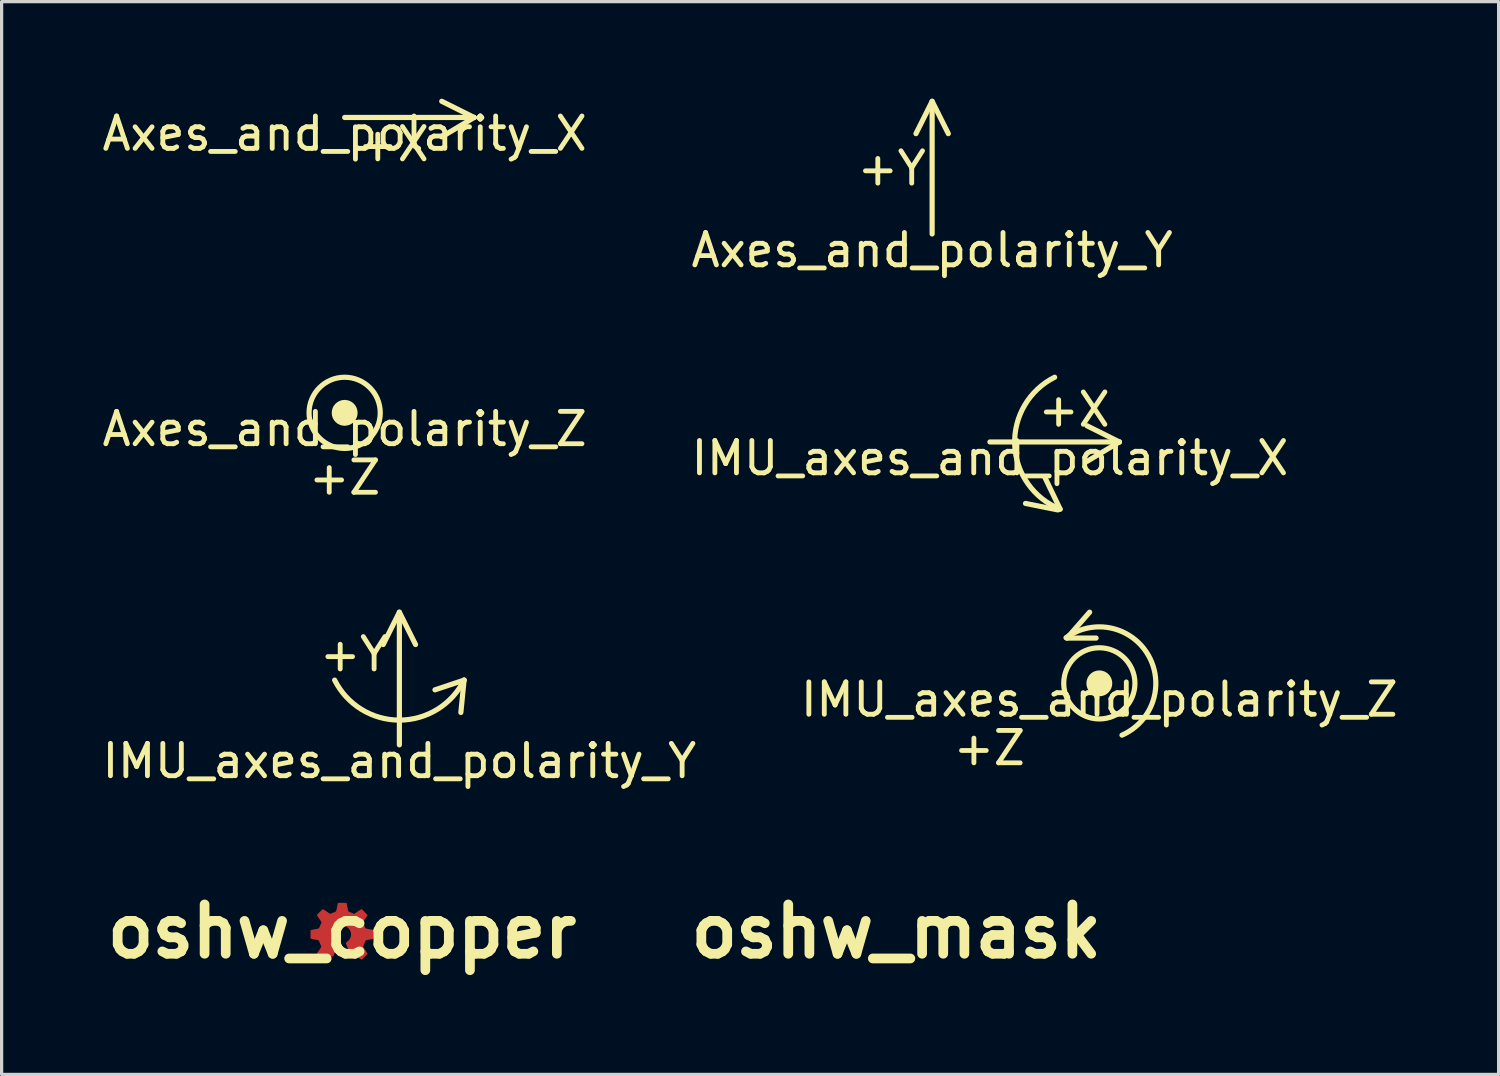
<source format=kicad_pcb>
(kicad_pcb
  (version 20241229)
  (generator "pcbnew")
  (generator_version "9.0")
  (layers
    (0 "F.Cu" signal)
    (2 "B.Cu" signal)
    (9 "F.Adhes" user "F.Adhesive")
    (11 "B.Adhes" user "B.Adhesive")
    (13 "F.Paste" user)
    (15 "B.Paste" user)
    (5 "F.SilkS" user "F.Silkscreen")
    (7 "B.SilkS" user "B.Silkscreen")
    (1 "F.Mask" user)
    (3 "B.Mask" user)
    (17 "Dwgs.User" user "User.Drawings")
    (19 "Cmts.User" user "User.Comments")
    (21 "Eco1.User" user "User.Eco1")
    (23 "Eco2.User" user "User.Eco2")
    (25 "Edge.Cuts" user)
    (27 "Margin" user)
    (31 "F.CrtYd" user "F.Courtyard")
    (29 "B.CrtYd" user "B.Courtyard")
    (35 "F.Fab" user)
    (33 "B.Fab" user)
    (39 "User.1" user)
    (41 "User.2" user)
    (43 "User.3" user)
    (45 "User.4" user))
  (footprint "Axes_and_polarity_Z"
    (layer "F.Cu")
    (at 7.601 9.708)
    (property "Reference" "Axes_and_polarity_Z" (at 0 0.5 0) (layer "F.SilkS") (effects (font (size 1 1) (thickness 0.15))))
    (attr through_hole)
    (fp_circle (center 0 0) (end 0.2 0) (stroke (width 0.4) (type solid)) (fill no) (layer "F.SilkS"))
    (fp_circle (center 0 0) (end 1.1 0) (stroke (width 0.16) (type solid)) (fill no) (layer "F.SilkS"))
    (fp_text user "+Z" (at 0 2 0) (layer "F.SilkS") (effects (font (size 1 1) (thickness 0.15)))))
  (footprint "oshw_copper"
    (layer "F.Cu")
    (at 7.518 25.735)
    (property "Reference" "oshw_copper" (at 0 0 0) (layer "F.SilkS") (effects (font (size 1.524 1.524) (thickness 0.3))))
    (attr exclude_from_pos_files exclude_from_bom)
    (fp_poly (pts (xy 0.041 -0.885) (xy 0.077 -0.884) (xy 0.107 -0.883) (xy 0.129 -0.882) (xy 0.14 -0.88) (xy 0.141 -0.88) (xy 0.143 -0.871) (xy 0.148 -0.85) (xy 0.154 -0.82) (xy 0.161 -0.784) (xy 0.167 -0.751) (xy 0.177 -0.699) (xy 0.186 -0.659) (xy 0.194 -0.632) (xy 0.2 -0.62) (xy 0.201 -0.619) (xy 0.212 -0.613) (xy 0.233 -0.603) (xy 0.262 -0.591) (xy 0.295 -0.577) (xy 0.296 -0.577) (xy 0.38 -0.543) (xy 0.487 -0.616) (xy 0.522 -0.64) (xy 0.553 -0.66) (xy 0.579 -0.676) (xy 0.596 -0.686) (xy 0.604 -0.689) (xy 0.612 -0.685) (xy 0.628 -0.671) (xy 0.651 -0.65) (xy 0.678 -0.624) (xy 0.703 -0.6) (xy 0.735 -0.567) (xy 0.758 -0.543) (xy 0.774 -0.526) (xy 0.783 -0.514) (xy 0.786 -0.505) (xy 0.786 -0.498) (xy 0.784 -0.493) (xy 0.777 -0.482) (xy 0.763 -0.461) (xy 0.744 -0.433) (xy 0.722 -0.4) (xy 0.71 -0.383) (xy 0.688 -0.351) (xy 0.669 -0.322) (xy 0.655 -0.3) (xy 0.647 -0.287) (xy 0.646 -0.284) (xy 0.649 -0.274) (xy 0.656 -0.254) (xy 0.668 -0.228) (xy 0.681 -0.197) (xy 0.695 -0.166) (xy 0.708 -0.138) (xy 0.719 -0.115) (xy 0.726 -0.1) (xy 0.728 -0.097) (xy 0.738 -0.093) (xy 0.759 -0.088) (xy 0.79 -0.081) (xy 0.826 -0.073) (xy 0.849 -0.069) (xy 0.889 -0.062) (xy 0.924 -0.055) (xy 0.952 -0.049) (xy 0.97 -0.044) (xy 0.974 -0.042) (xy 0.979 -0.039) (xy 0.982 -0.032) (xy 0.985 -0.019) (xy 0.986 0.000452) (xy 0.987 0.03) (xy 0.987 0.071) (xy 0.987 0.091) (xy 0.987 0.137) (xy 0.986 0.171) (xy 0.985 0.194) (xy 0.983 0.209) (xy 0.98 0.218) (xy 0.976 0.223) (xy 0.974 0.224) (xy 0.963 0.227) (xy 0.94 0.233) (xy 0.909 0.239) (xy 0.871 0.247) (xy 0.853 0.25) (xy 0.814 0.257) (xy 0.78 0.265) (xy 0.754 0.271) (xy 0.738 0.276) (xy 0.735 0.278) (xy 0.729 0.287) (xy 0.72 0.307) (xy 0.708 0.334) (xy 0.695 0.365) (xy 0.681 0.397) (xy 0.669 0.428) (xy 0.66 0.453) (xy 0.654 0.469) (xy 0.653 0.474) (xy 0.657 0.482) (xy 0.668 0.499) (xy 0.684 0.525) (xy 0.704 0.555) (xy 0.714 0.57) (xy 0.737 0.603) (xy 0.757 0.633) (xy 0.772 0.657) (xy 0.782 0.672) (xy 0.784 0.676) (xy 0.786 0.682) (xy 0.785 0.69) (xy 0.78 0.699) (xy 0.768 0.714) (xy 0.75 0.734) (xy 0.723 0.761) (xy 0.703 0.781) (xy 0.673 0.81) (xy 0.647 0.836) (xy 0.625 0.855) (xy 0.61 0.867) (xy 0.604 0.871) (xy 0.595 0.867) (xy 0.576 0.856) (xy 0.55 0.84) (xy 0.518 0.819) (xy 0.496 0.804) (xy 0.399 0.738) (xy 0.348 0.762) (xy 0.32 0.774) (xy 0.301 0.78) (xy 0.291 0.78) (xy 0.287 0.772) (xy 0.278 0.752) (xy 0.266 0.723) (xy 0.25 0.687) (xy 0.233 0.645) (xy 0.214 0.6) (xy 0.195 0.553) (xy 0.176 0.507) (xy 0.158 0.464) (xy 0.143 0.426) (xy 0.13 0.394) (xy 0.121 0.37) (xy 0.116 0.358) (xy 0.116 0.356) (xy 0.122 0.349) (xy 0.136 0.337) (xy 0.157 0.32) (xy 0.161 0.317) (xy 0.21 0.273) (xy 0.246 0.223) (xy 0.27 0.169) (xy 0.281 0.111) (xy 0.278 0.052) (xy 0.273 0.03) (xy 0.25 -0.031) (xy 0.216 -0.083) (xy 0.171 -0.126) (xy 0.117 -0.158) (xy 0.095 -0.168) (xy 0.074 -0.174) (xy 0.051 -0.177) (xy 0.019 -0.178) (xy 0.007 -0.178) (xy -0.028 -0.177) (xy -0.054 -0.175) (xy -0.075 -0.17) (xy -0.096 -0.162) (xy -0.103 -0.158) (xy -0.158 -0.125) (xy -0.203 -0.082) (xy -0.237 -0.029) (xy -0.258 0.03) (xy -0.267 0.09) (xy -0.261 0.148) (xy -0.242 0.204) (xy -0.21 0.256) (xy -0.166 0.302) (xy -0.147 0.317) (xy -0.125 0.333) (xy -0.109 0.347) (xy -0.102 0.356) (xy -0.102 0.356) (xy -0.104 0.365) (xy -0.112 0.385) (xy -0.123 0.414) (xy -0.138 0.45) (xy -0.155 0.492) (xy -0.174 0.538) (xy -0.193 0.584) (xy -0.212 0.63) (xy -0.23 0.673) (xy -0.246 0.711) (xy -0.26 0.743) (xy -0.27 0.766) (xy -0.276 0.778) (xy -0.277 0.78) (xy -0.286 0.78) (xy -0.306 0.774) (xy -0.334 0.762) (xy -0.384 0.738) (xy -0.482 0.804) (xy -0.515 0.827) (xy -0.545 0.846) (xy -0.569 0.861) (xy -0.584 0.869) (xy -0.589 0.871) (xy -0.597 0.866) (xy -0.614 0.852) (xy -0.636 0.832) (xy -0.664 0.806) (xy -0.688 0.781) (xy -0.721 0.748) (xy -0.744 0.724) (xy -0.759 0.707) (xy -0.768 0.695) (xy -0.772 0.686) (xy -0.771 0.679) (xy -0.77 0.676) (xy -0.763 0.664) (xy -0.749 0.644) (xy -0.731 0.616) (xy -0.709 0.584) (xy -0.7 0.57) (xy -0.679 0.538) (xy -0.66 0.511) (xy -0.647 0.489) (xy -0.64 0.476) (xy -0.639 0.474) (xy -0.641 0.463) (xy -0.649 0.443) (xy -0.66 0.415) (xy -0.672 0.384) (xy -0.686 0.352) (xy -0.699 0.322) (xy -0.71 0.298) (xy -0.718 0.282) (xy -0.72 0.278) (xy -0.73 0.274) (xy -0.752 0.268) (xy -0.782 0.261) (xy -0.819 0.254) (xy -0.838 0.25) (xy -0.877 0.243) (xy -0.912 0.236) (xy -0.939 0.23) (xy -0.956 0.225) (xy -0.96 0.224) (xy -0.964 0.22) (xy -0.968 0.213) (xy -0.97 0.201) (xy -0.971 0.181) (xy -0.972 0.152) (xy -0.972 0.111) (xy -0.972 0.091) (xy -0.972 0.045) (xy -0.972 0.011) (xy -0.971 -0.012) (xy -0.969 -0.027) (xy -0.966 -0.036) (xy -0.962 -0.041) (xy -0.96 -0.042) (xy -0.948 -0.046) (xy -0.926 -0.051) (xy -0.894 -0.058) (xy -0.857 -0.065) (xy -0.835 -0.069) (xy -0.795 -0.077) (xy -0.761 -0.084) (xy -0.734 -0.09) (xy -0.718 -0.095) (xy -0.714 -0.097) (xy -0.708 -0.106) (xy -0.699 -0.125) (xy -0.687 -0.152) (xy -0.673 -0.182) (xy -0.659 -0.213) (xy -0.647 -0.242) (xy -0.637 -0.266) (xy -0.632 -0.281) (xy -0.631 -0.284) (xy -0.635 -0.291) (xy -0.646 -0.309) (xy -0.662 -0.334) (xy -0.683 -0.364) (xy -0.696 -0.383) (xy -0.719 -0.417) (xy -0.739 -0.447) (xy -0.756 -0.472) (xy -0.766 -0.489) (xy -0.769 -0.493) (xy -0.772 -0.5) (xy -0.771 -0.507) (xy -0.767 -0.516) (xy -0.756 -0.529) (xy -0.739 -0.548) (xy -0.714 -0.574) (xy -0.688 -0.6) (xy -0.659 -0.629) (xy -0.632 -0.654) (xy -0.61 -0.674) (xy -0.595 -0.686) (xy -0.589 -0.689) (xy -0.58 -0.686) (xy -0.562 -0.675) (xy -0.535 -0.658) (xy -0.503 -0.637) (xy -0.472 -0.616) (xy -0.365 -0.543) (xy -0.281 -0.577) (xy -0.248 -0.591) (xy -0.219 -0.603) (xy -0.198 -0.613) (xy -0.187 -0.619) (xy -0.186 -0.619) (xy -0.18 -0.63) (xy -0.173 -0.655) (xy -0.164 -0.694) (xy -0.154 -0.745) (xy -0.152 -0.751) (xy -0.145 -0.791) (xy -0.138 -0.827) (xy -0.132 -0.855) (xy -0.128 -0.874) (xy -0.126 -0.88) (xy -0.118 -0.882) (xy -0.098 -0.883) (xy -0.069 -0.884) (xy -0.035 -0.885) (xy 0.003 -0.885) (xy 0.041 -0.885)) (stroke (width 0) (type solid)) (fill yes) (layer "F.Cu")))
  (footprint "oshw_mask"
    (layer "F.Cu")
    (at 24.648 25.735)
    (property "Reference" "oshw_mask" (at 0 0 0) (layer "F.SilkS") (effects (font (size 1.524 1.524) (thickness 0.3))))
    (attr through_hole)
    (fp_poly (pts (xy 0.041 -0.885) (xy 0.077 -0.884) (xy 0.107 -0.883) (xy 0.129 -0.882) (xy 0.14 -0.88) (xy 0.141 -0.88) (xy 0.143 -0.871) (xy 0.148 -0.85) (xy 0.154 -0.82) (xy 0.161 -0.784) (xy 0.167 -0.751) (xy 0.177 -0.699) (xy 0.186 -0.659) (xy 0.194 -0.632) (xy 0.2 -0.62) (xy 0.201 -0.619) (xy 0.212 -0.613) (xy 0.233 -0.603) (xy 0.262 -0.591) (xy 0.295 -0.577) (xy 0.296 -0.577) (xy 0.38 -0.543) (xy 0.487 -0.616) (xy 0.522 -0.64) (xy 0.553 -0.66) (xy 0.579 -0.676) (xy 0.596 -0.686) (xy 0.604 -0.689) (xy 0.612 -0.685) (xy 0.628 -0.671) (xy 0.651 -0.65) (xy 0.678 -0.624) (xy 0.703 -0.6) (xy 0.735 -0.567) (xy 0.758 -0.543) (xy 0.774 -0.526) (xy 0.783 -0.514) (xy 0.786 -0.505) (xy 0.786 -0.498) (xy 0.784 -0.493) (xy 0.777 -0.482) (xy 0.763 -0.461) (xy 0.744 -0.433) (xy 0.722 -0.4) (xy 0.71 -0.383) (xy 0.688 -0.351) (xy 0.669 -0.322) (xy 0.655 -0.3) (xy 0.647 -0.287) (xy 0.646 -0.284) (xy 0.649 -0.274) (xy 0.656 -0.254) (xy 0.668 -0.228) (xy 0.681 -0.197) (xy 0.695 -0.166) (xy 0.708 -0.138) (xy 0.719 -0.115) (xy 0.726 -0.1) (xy 0.728 -0.097) (xy 0.738 -0.093) (xy 0.759 -0.088) (xy 0.79 -0.081) (xy 0.826 -0.073) (xy 0.849 -0.069) (xy 0.889 -0.062) (xy 0.924 -0.055) (xy 0.952 -0.049) (xy 0.97 -0.044) (xy 0.974 -0.042) (xy 0.979 -0.039) (xy 0.982 -0.032) (xy 0.985 -0.019) (xy 0.986 0.000452) (xy 0.987 0.03) (xy 0.987 0.071) (xy 0.987 0.091) (xy 0.987 0.137) (xy 0.986 0.171) (xy 0.985 0.194) (xy 0.983 0.209) (xy 0.98 0.218) (xy 0.976 0.223) (xy 0.974 0.224) (xy 0.963 0.227) (xy 0.94 0.233) (xy 0.909 0.239) (xy 0.871 0.247) (xy 0.853 0.25) (xy 0.814 0.257) (xy 0.78 0.265) (xy 0.754 0.271) (xy 0.738 0.276) (xy 0.735 0.278) (xy 0.729 0.287) (xy 0.72 0.307) (xy 0.708 0.334) (xy 0.695 0.365) (xy 0.681 0.397) (xy 0.669 0.428) (xy 0.66 0.453) (xy 0.654 0.469) (xy 0.653 0.474) (xy 0.657 0.482) (xy 0.668 0.499) (xy 0.684 0.525) (xy 0.704 0.555) (xy 0.714 0.57) (xy 0.737 0.603) (xy 0.757 0.633) (xy 0.772 0.657) (xy 0.782 0.672) (xy 0.784 0.676) (xy 0.786 0.682) (xy 0.785 0.69) (xy 0.78 0.699) (xy 0.768 0.714) (xy 0.75 0.734) (xy 0.723 0.761) (xy 0.703 0.781) (xy 0.673 0.81) (xy 0.647 0.836) (xy 0.625 0.855) (xy 0.61 0.867) (xy 0.604 0.871) (xy 0.595 0.867) (xy 0.576 0.856) (xy 0.55 0.84) (xy 0.518 0.819) (xy 0.496 0.804) (xy 0.399 0.738) (xy 0.348 0.762) (xy 0.32 0.774) (xy 0.301 0.78) (xy 0.291 0.78) (xy 0.287 0.772) (xy 0.278 0.752) (xy 0.266 0.723) (xy 0.25 0.687) (xy 0.233 0.645) (xy 0.214 0.6) (xy 0.195 0.553) (xy 0.176 0.507) (xy 0.158 0.464) (xy 0.143 0.426) (xy 0.13 0.394) (xy 0.121 0.37) (xy 0.116 0.358) (xy 0.116 0.356) (xy 0.122 0.349) (xy 0.136 0.337) (xy 0.157 0.32) (xy 0.161 0.317) (xy 0.21 0.273) (xy 0.246 0.223) (xy 0.27 0.169) (xy 0.281 0.111) (xy 0.278 0.052) (xy 0.273 0.03) (xy 0.25 -0.031) (xy 0.216 -0.083) (xy 0.171 -0.126) (xy 0.117 -0.158) (xy 0.095 -0.168) (xy 0.074 -0.174) (xy 0.051 -0.177) (xy 0.019 -0.178) (xy 0.007 -0.178) (xy -0.028 -0.177) (xy -0.054 -0.175) (xy -0.075 -0.17) (xy -0.096 -0.162) (xy -0.103 -0.158) (xy -0.158 -0.125) (xy -0.203 -0.082) (xy -0.237 -0.029) (xy -0.258 0.03) (xy -0.267 0.09) (xy -0.261 0.148) (xy -0.242 0.204) (xy -0.21 0.256) (xy -0.166 0.302) (xy -0.147 0.317) (xy -0.125 0.333) (xy -0.109 0.347) (xy -0.102 0.356) (xy -0.102 0.356) (xy -0.104 0.365) (xy -0.112 0.385) (xy -0.123 0.414) (xy -0.138 0.45) (xy -0.155 0.492) (xy -0.174 0.538) (xy -0.193 0.584) (xy -0.212 0.63) (xy -0.23 0.673) (xy -0.246 0.711) (xy -0.26 0.743) (xy -0.27 0.766) (xy -0.276 0.778) (xy -0.277 0.78) (xy -0.286 0.78) (xy -0.306 0.774) (xy -0.334 0.762) (xy -0.384 0.738) (xy -0.482 0.804) (xy -0.515 0.827) (xy -0.545 0.846) (xy -0.569 0.861) (xy -0.584 0.869) (xy -0.589 0.871) (xy -0.597 0.866) (xy -0.614 0.852) (xy -0.636 0.832) (xy -0.664 0.806) (xy -0.688 0.781) (xy -0.721 0.748) (xy -0.744 0.724) (xy -0.759 0.707) (xy -0.768 0.695) (xy -0.772 0.686) (xy -0.771 0.679) (xy -0.77 0.676) (xy -0.763 0.664) (xy -0.749 0.644) (xy -0.731 0.616) (xy -0.709 0.584) (xy -0.7 0.57) (xy -0.679 0.538) (xy -0.66 0.511) (xy -0.647 0.489) (xy -0.64 0.476) (xy -0.639 0.474) (xy -0.641 0.463) (xy -0.649 0.443) (xy -0.66 0.415) (xy -0.672 0.384) (xy -0.686 0.352) (xy -0.699 0.322) (xy -0.71 0.298) (xy -0.718 0.282) (xy -0.72 0.278) (xy -0.73 0.274) (xy -0.752 0.268) (xy -0.782 0.261) (xy -0.819 0.254) (xy -0.838 0.25) (xy -0.877 0.243) (xy -0.912 0.236) (xy -0.939 0.23) (xy -0.956 0.225) (xy -0.96 0.224) (xy -0.964 0.22) (xy -0.968 0.213) (xy -0.97 0.201) (xy -0.971 0.181) (xy -0.972 0.152) (xy -0.972 0.111) (xy -0.972 0.091) (xy -0.972 0.045) (xy -0.972 0.011) (xy -0.971 -0.012) (xy -0.969 -0.027) (xy -0.966 -0.036) (xy -0.962 -0.041) (xy -0.96 -0.042) (xy -0.948 -0.046) (xy -0.926 -0.051) (xy -0.894 -0.058) (xy -0.857 -0.065) (xy -0.835 -0.069) (xy -0.795 -0.077) (xy -0.761 -0.084) (xy -0.734 -0.09) (xy -0.718 -0.095) (xy -0.714 -0.097) (xy -0.708 -0.106) (xy -0.699 -0.125) (xy -0.687 -0.152) (xy -0.673 -0.182) (xy -0.659 -0.213) (xy -0.647 -0.242) (xy -0.637 -0.266) (xy -0.632 -0.281) (xy -0.631 -0.284) (xy -0.635 -0.291) (xy -0.646 -0.309) (xy -0.662 -0.334) (xy -0.683 -0.364) (xy -0.696 -0.383) (xy -0.719 -0.417) (xy -0.739 -0.447) (xy -0.756 -0.472) (xy -0.766 -0.489) (xy -0.769 -0.493) (xy -0.772 -0.5) (xy -0.771 -0.507) (xy -0.767 -0.516) (xy -0.756 -0.529) (xy -0.739 -0.548) (xy -0.714 -0.574) (xy -0.688 -0.6) (xy -0.659 -0.629) (xy -0.632 -0.654) (xy -0.61 -0.674) (xy -0.595 -0.686) (xy -0.589 -0.689) (xy -0.58 -0.686) (xy -0.562 -0.675) (xy -0.535 -0.658) (xy -0.503 -0.637) (xy -0.472 -0.616) (xy -0.365 -0.543) (xy -0.281 -0.577) (xy -0.248 -0.591) (xy -0.219 -0.603) (xy -0.198 -0.613) (xy -0.187 -0.619) (xy -0.186 -0.619) (xy -0.18 -0.63) (xy -0.173 -0.655) (xy -0.164 -0.694) (xy -0.154 -0.745) (xy -0.152 -0.751) (xy -0.145 -0.791) (xy -0.138 -0.827) (xy -0.132 -0.855) (xy -0.128 -0.874) (xy -0.126 -0.88) (xy -0.118 -0.882) (xy -0.098 -0.883) (xy -0.069 -0.884) (xy -0.035 -0.885) (xy 0.003 -0.885) (xy 0.041 -0.885)) (stroke (width 0.01) (type solid)) (fill yes) (layer "F.Mask")))
  (footprint "IMU_axes_and_polarity_Y"
    (layer "F.Cu")
    (at 9.292 19.968)
    (property "Reference" "IMU_axes_and_polarity_Y" (at 0 0.5 0) (layer "F.SilkS") (effects (font (size 1 1) (thickness 0.15))))
    (attr through_hole)
    (fp_line (start -0.5 -3.1) (end 0 -4.1) (stroke (width 0.16) (type solid)) (layer "F.SilkS"))
    (fp_line (start 0 -4.1) (end 0.5 -3.1) (stroke (width 0.16) (type solid)) (layer "F.SilkS"))
    (fp_line (start 0 0) (end 0 -4) (stroke (width 0.16) (type solid)) (layer "F.SilkS"))
    (fp_line (start 2 -2) (end 1.1 -1.7) (stroke (width 0.16) (type solid)) (layer "F.SilkS"))
    (fp_line (start 2 -2) (end 1.9 -1) (stroke (width 0.16) (type solid)) (layer "F.SilkS"))
    (fp_arc (start 2.000524 -2.001051) (mid 0.000587 -0.763933) (end -1.999999 -2.000001) (stroke (width 0.16) (type solid)) (layer "F.SilkS"))
    (fp_text user "+Y" (at -1.4 -2.8 0) (layer "F.SilkS") (effects (font (size 1 1) (thickness 0.15)))))
  (footprint "Axes_and_polarity_X"
    (layer "F.Cu")
    (at 7.601 0.58)
    (property "Reference" "Axes_and_polarity_X" (at 0 0.5 0) (layer "F.SilkS") (effects (font (size 1 1) (thickness 0.15))))
    (attr through_hole)
    (fp_line (start 0 0) (end 4 0) (stroke (width 0.16) (type solid)) (layer "F.SilkS"))
    (fp_line (start 4 0) (end 3 -0.5) (stroke (width 0.16) (type solid)) (layer "F.SilkS"))
    (fp_line (start 4 0) (end 3 0.6) (stroke (width 0.16) (type solid)) (layer "F.SilkS"))
    (fp_text user "+X" (at 1.5 0.825 0) (layer "F.SilkS") (effects (font (size 1 1) (thickness 0.15)))))
  (footprint "Axes_and_polarity_Y"
    (layer "F.Cu")
    (at 25.756 4.18)
    (property "Reference" "Axes_and_polarity_Y" (at 0 0.5 0) (layer "F.SilkS") (effects (font (size 1 1) (thickness 0.15))))
    (attr through_hole)
    (fp_line (start -0.5 -3.1) (end 0 -4.1) (stroke (width 0.16) (type solid)) (layer "F.SilkS"))
    (fp_line (start 0 -4.1) (end 0.5 -3.1) (stroke (width 0.16) (type solid)) (layer "F.SilkS"))
    (fp_line (start 0 0) (end 0 -4) (stroke (width 0.16) (type solid)) (layer "F.SilkS"))
    (fp_text user "+Y" (at -1.25 -2.025 0) (layer "F.SilkS") (effects (font (size 1 1) (thickness 0.15)))))
  (footprint "IMU_axes_and_polarity_X"
    (layer "F.Cu")
    (at 27.542 10.608)
    (property "Reference" "IMU_axes_and_polarity_X" (at 0 0.5 0) (layer "F.SilkS") (effects (font (size 1 1) (thickness 0.15))))
    (attr through_hole)
    (fp_line (start 0 0) (end 4 0) (stroke (width 0.16) (type solid)) (layer "F.SilkS"))
    (fp_line (start 2.1 2.1) (end 1.1 1.9) (stroke (width 0.16) (type solid)) (layer "F.SilkS"))
    (fp_line (start 2.17 2.076) (end 1.7 1.1) (stroke (width 0.16) (type solid)) (layer "F.SilkS"))
    (fp_line (start 4 0) (end 3 -0.5) (stroke (width 0.16) (type solid)) (layer "F.SilkS"))
    (fp_line (start 4 0) (end 3 0.6) (stroke (width 0.16) (type solid)) (layer "F.SilkS"))
    (fp_arc (start 2.16833 2.075651) (mid 0.765836 0.092274) (end 2 -2) (stroke (width 0.16) (type solid)) (layer "F.SilkS"))
    (fp_text user "+X" (at 2.6 -1 0) (layer "F.SilkS") (effects (font (size 1 1) (thickness 0.15)))))
  (footprint "IMU_axes_and_polarity_Z"
    (layer "F.Cu")
    (at 30.923 18.068)
    (property "Reference" "IMU_axes_and_polarity_Z" (at 0 0.5 0) (layer "F.SilkS") (effects (font (size 1 1) (thickness 0.15))))
    (attr through_hole)
    (fp_line (start -1 -1.4) (end -0.3 -2.2) (stroke (width 0.16) (type solid)) (layer "F.SilkS"))
    (fp_line (start -1 -1.4) (end -0.1 -1.4) (stroke (width 0.16) (type solid)) (layer "F.SilkS"))
    (fp_arc (start -1.029711 -1.410566) (mid 1.514284 -0.870027) (end 0.7 1.6) (stroke (width 0.16) (type solid)) (layer "F.SilkS"))
    (fp_circle (center 0 0) (end 0.2 0) (stroke (width 0.4) (type solid)) (fill no) (layer "F.SilkS"))
    (fp_circle (center 0 0) (end 1.1 0) (stroke (width 0.16) (type solid)) (fill no) (layer "F.SilkS"))
    (fp_text user "+Z" (at -3.4 2 0) (layer "F.SilkS") (effects (font (size 1 1) (thickness 0.15)))))
  (gr_rect
    (start -3 -3)
    (end 43.262 30.153)
    (stroke (width 0.1) (type default))
    (fill no)
    (layer "Edge.Cuts")))
</source>
